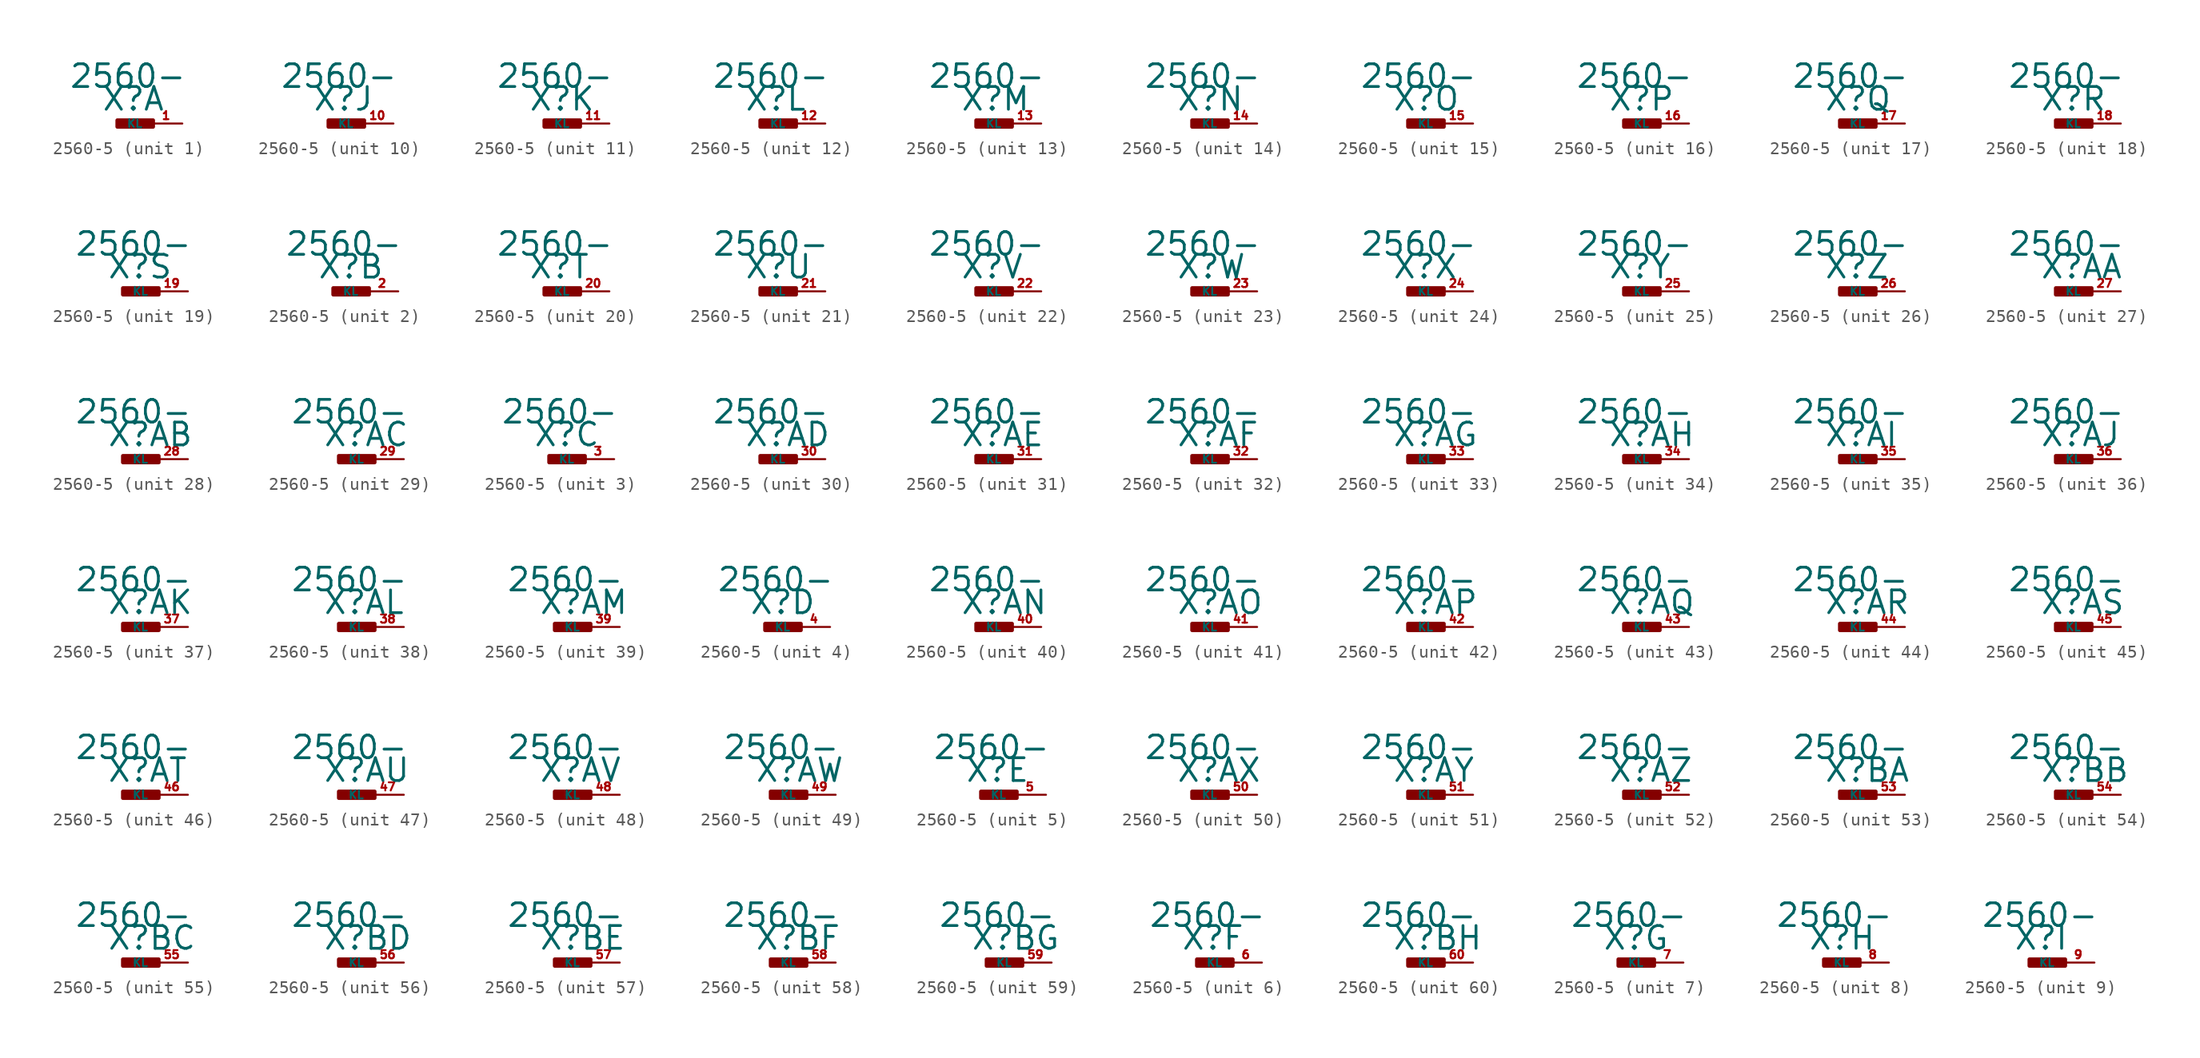
<source format=kicad_sym>
(kicad_symbol_lib
  (version 20220914)
  (generator Eagle2Kicad)
  (symbol "2560-5"
    (property "Reference" "X"
      (at -1.27 0.889 0)
      (effects (font (size 1.778 1.778) (thickness 0.22)) (justify left bottom)))
    (property "Value" "2560-"
      (at -3.81 2.667 0)
      (effects (font (size 1.778 1.778) (thickness 0.22)) (justify left bottom)))
    (symbol "2560-5_1_0"
      (rectangle (start 0 -0.254) (end 2.794 0.254) (stroke (width 0.3) (type default)) (fill (type outline)))
      (pin passive line (at 5.08 0 180) (length 2.54) (name "KL" (effects (font (size 0.635 0.635) (thickness 0.08)) (justify left bottom))) (number "1" (effects (font (size 0.635 0.635) (thickness 0.08)) (justify left bottom)))))
    (symbol "2560-5_2_0"
      (rectangle (start 0 -0.254) (end 2.794 0.254) (stroke (width 0.3) (type default)) (fill (type outline)))
      (pin passive line (at 5.08 0 180) (length 2.54) (name "KL" (effects (font (size 0.635 0.635) (thickness 0.08)) (justify left bottom))) (number "2" (effects (font (size 0.635 0.635) (thickness 0.08)) (justify left bottom)))))
    (symbol "2560-5_3_0"
      (rectangle (start 0 -0.254) (end 2.794 0.254) (stroke (width 0.3) (type default)) (fill (type outline)))
      (pin passive line (at 5.08 0 180) (length 2.54) (name "KL" (effects (font (size 0.635 0.635) (thickness 0.08)) (justify left bottom))) (number "3" (effects (font (size 0.635 0.635) (thickness 0.08)) (justify left bottom)))))
    (symbol "2560-5_4_0"
      (rectangle (start 0 -0.254) (end 2.794 0.254) (stroke (width 0.3) (type default)) (fill (type outline)))
      (pin passive line (at 5.08 0 180) (length 2.54) (name "KL" (effects (font (size 0.635 0.635) (thickness 0.08)) (justify left bottom))) (number "4" (effects (font (size 0.635 0.635) (thickness 0.08)) (justify left bottom)))))
    (symbol "2560-5_5_0"
      (rectangle (start 0 -0.254) (end 2.794 0.254) (stroke (width 0.3) (type default)) (fill (type outline)))
      (pin passive line (at 5.08 0 180) (length 2.54) (name "KL" (effects (font (size 0.635 0.635) (thickness 0.08)) (justify left bottom))) (number "5" (effects (font (size 0.635 0.635) (thickness 0.08)) (justify left bottom)))))
    (symbol "2560-5_6_0"
      (rectangle (start 0 -0.254) (end 2.794 0.254) (stroke (width 0.3) (type default)) (fill (type outline)))
      (pin passive line (at 5.08 0 180) (length 2.54) (name "KL" (effects (font (size 0.635 0.635) (thickness 0.08)) (justify left bottom))) (number "6" (effects (font (size 0.635 0.635) (thickness 0.08)) (justify left bottom)))))
    (symbol "2560-5_7_0"
      (rectangle (start 0 -0.254) (end 2.794 0.254) (stroke (width 0.3) (type default)) (fill (type outline)))
      (pin passive line (at 5.08 0 180) (length 2.54) (name "KL" (effects (font (size 0.635 0.635) (thickness 0.08)) (justify left bottom))) (number "7" (effects (font (size 0.635 0.635) (thickness 0.08)) (justify left bottom)))))
    (symbol "2560-5_8_0"
      (rectangle (start 0 -0.254) (end 2.794 0.254) (stroke (width 0.3) (type default)) (fill (type outline)))
      (pin passive line (at 5.08 0 180) (length 2.54) (name "KL" (effects (font (size 0.635 0.635) (thickness 0.08)) (justify left bottom))) (number "8" (effects (font (size 0.635 0.635) (thickness 0.08)) (justify left bottom)))))
    (symbol "2560-5_9_0"
      (rectangle (start 0 -0.254) (end 2.794 0.254) (stroke (width 0.3) (type default)) (fill (type outline)))
      (pin passive line (at 5.08 0 180) (length 2.54) (name "KL" (effects (font (size 0.635 0.635) (thickness 0.08)) (justify left bottom))) (number "9" (effects (font (size 0.635 0.635) (thickness 0.08)) (justify left bottom)))))
    (symbol "2560-5_10_0"
      (rectangle (start 0 -0.254) (end 2.794 0.254) (stroke (width 0.3) (type default)) (fill (type outline)))
      (pin passive line (at 5.08 0 180) (length 2.54) (name "KL" (effects (font (size 0.635 0.635) (thickness 0.08)) (justify left bottom))) (number "10" (effects (font (size 0.635 0.635) (thickness 0.08)) (justify left bottom)))))
    (symbol "2560-5_11_0"
      (rectangle (start 0 -0.254) (end 2.794 0.254) (stroke (width 0.3) (type default)) (fill (type outline)))
      (pin passive line (at 5.08 0 180) (length 2.54) (name "KL" (effects (font (size 0.635 0.635) (thickness 0.08)) (justify left bottom))) (number "11" (effects (font (size 0.635 0.635) (thickness 0.08)) (justify left bottom)))))
    (symbol "2560-5_12_0"
      (rectangle (start 0 -0.254) (end 2.794 0.254) (stroke (width 0.3) (type default)) (fill (type outline)))
      (pin passive line (at 5.08 0 180) (length 2.54) (name "KL" (effects (font (size 0.635 0.635) (thickness 0.08)) (justify left bottom))) (number "12" (effects (font (size 0.635 0.635) (thickness 0.08)) (justify left bottom)))))
    (symbol "2560-5_13_0"
      (rectangle (start 0 -0.254) (end 2.794 0.254) (stroke (width 0.3) (type default)) (fill (type outline)))
      (pin passive line (at 5.08 0 180) (length 2.54) (name "KL" (effects (font (size 0.635 0.635) (thickness 0.08)) (justify left bottom))) (number "13" (effects (font (size 0.635 0.635) (thickness 0.08)) (justify left bottom)))))
    (symbol "2560-5_14_0"
      (rectangle (start 0 -0.254) (end 2.794 0.254) (stroke (width 0.3) (type default)) (fill (type outline)))
      (pin passive line (at 5.08 0 180) (length 2.54) (name "KL" (effects (font (size 0.635 0.635) (thickness 0.08)) (justify left bottom))) (number "14" (effects (font (size 0.635 0.635) (thickness 0.08)) (justify left bottom)))))
    (symbol "2560-5_15_0"
      (rectangle (start 0 -0.254) (end 2.794 0.254) (stroke (width 0.3) (type default)) (fill (type outline)))
      (pin passive line (at 5.08 0 180) (length 2.54) (name "KL" (effects (font (size 0.635 0.635) (thickness 0.08)) (justify left bottom))) (number "15" (effects (font (size 0.635 0.635) (thickness 0.08)) (justify left bottom)))))
    (symbol "2560-5_16_0"
      (rectangle (start 0 -0.254) (end 2.794 0.254) (stroke (width 0.3) (type default)) (fill (type outline)))
      (pin passive line (at 5.08 0 180) (length 2.54) (name "KL" (effects (font (size 0.635 0.635) (thickness 0.08)) (justify left bottom))) (number "16" (effects (font (size 0.635 0.635) (thickness 0.08)) (justify left bottom)))))
    (symbol "2560-5_17_0"
      (rectangle (start 0 -0.254) (end 2.794 0.254) (stroke (width 0.3) (type default)) (fill (type outline)))
      (pin passive line (at 5.08 0 180) (length 2.54) (name "KL" (effects (font (size 0.635 0.635) (thickness 0.08)) (justify left bottom))) (number "17" (effects (font (size 0.635 0.635) (thickness 0.08)) (justify left bottom)))))
    (symbol "2560-5_18_0"
      (rectangle (start 0 -0.254) (end 2.794 0.254) (stroke (width 0.3) (type default)) (fill (type outline)))
      (pin passive line (at 5.08 0 180) (length 2.54) (name "KL" (effects (font (size 0.635 0.635) (thickness 0.08)) (justify left bottom))) (number "18" (effects (font (size 0.635 0.635) (thickness 0.08)) (justify left bottom)))))
    (symbol "2560-5_19_0"
      (rectangle (start 0 -0.254) (end 2.794 0.254) (stroke (width 0.3) (type default)) (fill (type outline)))
      (pin passive line (at 5.08 0 180) (length 2.54) (name "KL" (effects (font (size 0.635 0.635) (thickness 0.08)) (justify left bottom))) (number "19" (effects (font (size 0.635 0.635) (thickness 0.08)) (justify left bottom)))))
    (symbol "2560-5_20_0"
      (rectangle (start 0 -0.254) (end 2.794 0.254) (stroke (width 0.3) (type default)) (fill (type outline)))
      (pin passive line (at 5.08 0 180) (length 2.54) (name "KL" (effects (font (size 0.635 0.635) (thickness 0.08)) (justify left bottom))) (number "20" (effects (font (size 0.635 0.635) (thickness 0.08)) (justify left bottom)))))
    (symbol "2560-5_21_0"
      (rectangle (start 0 -0.254) (end 2.794 0.254) (stroke (width 0.3) (type default)) (fill (type outline)))
      (pin passive line (at 5.08 0 180) (length 2.54) (name "KL" (effects (font (size 0.635 0.635) (thickness 0.08)) (justify left bottom))) (number "21" (effects (font (size 0.635 0.635) (thickness 0.08)) (justify left bottom)))))
    (symbol "2560-5_22_0"
      (rectangle (start 0 -0.254) (end 2.794 0.254) (stroke (width 0.3) (type default)) (fill (type outline)))
      (pin passive line (at 5.08 0 180) (length 2.54) (name "KL" (effects (font (size 0.635 0.635) (thickness 0.08)) (justify left bottom))) (number "22" (effects (font (size 0.635 0.635) (thickness 0.08)) (justify left bottom)))))
    (symbol "2560-5_23_0"
      (rectangle (start 0 -0.254) (end 2.794 0.254) (stroke (width 0.3) (type default)) (fill (type outline)))
      (pin passive line (at 5.08 0 180) (length 2.54) (name "KL" (effects (font (size 0.635 0.635) (thickness 0.08)) (justify left bottom))) (number "23" (effects (font (size 0.635 0.635) (thickness 0.08)) (justify left bottom)))))
    (symbol "2560-5_24_0"
      (rectangle (start 0 -0.254) (end 2.794 0.254) (stroke (width 0.3) (type default)) (fill (type outline)))
      (pin passive line (at 5.08 0 180) (length 2.54) (name "KL" (effects (font (size 0.635 0.635) (thickness 0.08)) (justify left bottom))) (number "24" (effects (font (size 0.635 0.635) (thickness 0.08)) (justify left bottom)))))
    (symbol "2560-5_25_0"
      (rectangle (start 0 -0.254) (end 2.794 0.254) (stroke (width 0.3) (type default)) (fill (type outline)))
      (pin passive line (at 5.08 0 180) (length 2.54) (name "KL" (effects (font (size 0.635 0.635) (thickness 0.08)) (justify left bottom))) (number "25" (effects (font (size 0.635 0.635) (thickness 0.08)) (justify left bottom)))))
    (symbol "2560-5_26_0"
      (rectangle (start 0 -0.254) (end 2.794 0.254) (stroke (width 0.3) (type default)) (fill (type outline)))
      (pin passive line (at 5.08 0 180) (length 2.54) (name "KL" (effects (font (size 0.635 0.635) (thickness 0.08)) (justify left bottom))) (number "26" (effects (font (size 0.635 0.635) (thickness 0.08)) (justify left bottom)))))
    (symbol "2560-5_27_0"
      (rectangle (start 0 -0.254) (end 2.794 0.254) (stroke (width 0.3) (type default)) (fill (type outline)))
      (pin passive line (at 5.08 0 180) (length 2.54) (name "KL" (effects (font (size 0.635 0.635) (thickness 0.08)) (justify left bottom))) (number "27" (effects (font (size 0.635 0.635) (thickness 0.08)) (justify left bottom)))))
    (symbol "2560-5_28_0"
      (rectangle (start 0 -0.254) (end 2.794 0.254) (stroke (width 0.3) (type default)) (fill (type outline)))
      (pin passive line (at 5.08 0 180) (length 2.54) (name "KL" (effects (font (size 0.635 0.635) (thickness 0.08)) (justify left bottom))) (number "28" (effects (font (size 0.635 0.635) (thickness 0.08)) (justify left bottom)))))
    (symbol "2560-5_29_0"
      (rectangle (start 0 -0.254) (end 2.794 0.254) (stroke (width 0.3) (type default)) (fill (type outline)))
      (pin passive line (at 5.08 0 180) (length 2.54) (name "KL" (effects (font (size 0.635 0.635) (thickness 0.08)) (justify left bottom))) (number "29" (effects (font (size 0.635 0.635) (thickness 0.08)) (justify left bottom)))))
    (symbol "2560-5_30_0"
      (rectangle (start 0 -0.254) (end 2.794 0.254) (stroke (width 0.3) (type default)) (fill (type outline)))
      (pin passive line (at 5.08 0 180) (length 2.54) (name "KL" (effects (font (size 0.635 0.635) (thickness 0.08)) (justify left bottom))) (number "30" (effects (font (size 0.635 0.635) (thickness 0.08)) (justify left bottom)))))
    (symbol "2560-5_31_0"
      (rectangle (start 0 -0.254) (end 2.794 0.254) (stroke (width 0.3) (type default)) (fill (type outline)))
      (pin passive line (at 5.08 0 180) (length 2.54) (name "KL" (effects (font (size 0.635 0.635) (thickness 0.08)) (justify left bottom))) (number "31" (effects (font (size 0.635 0.635) (thickness 0.08)) (justify left bottom)))))
    (symbol "2560-5_32_0"
      (rectangle (start 0 -0.254) (end 2.794 0.254) (stroke (width 0.3) (type default)) (fill (type outline)))
      (pin passive line (at 5.08 0 180) (length 2.54) (name "KL" (effects (font (size 0.635 0.635) (thickness 0.08)) (justify left bottom))) (number "32" (effects (font (size 0.635 0.635) (thickness 0.08)) (justify left bottom)))))
    (symbol "2560-5_33_0"
      (rectangle (start 0 -0.254) (end 2.794 0.254) (stroke (width 0.3) (type default)) (fill (type outline)))
      (pin passive line (at 5.08 0 180) (length 2.54) (name "KL" (effects (font (size 0.635 0.635) (thickness 0.08)) (justify left bottom))) (number "33" (effects (font (size 0.635 0.635) (thickness 0.08)) (justify left bottom)))))
    (symbol "2560-5_34_0"
      (rectangle (start 0 -0.254) (end 2.794 0.254) (stroke (width 0.3) (type default)) (fill (type outline)))
      (pin passive line (at 5.08 0 180) (length 2.54) (name "KL" (effects (font (size 0.635 0.635) (thickness 0.08)) (justify left bottom))) (number "34" (effects (font (size 0.635 0.635) (thickness 0.08)) (justify left bottom)))))
    (symbol "2560-5_35_0"
      (rectangle (start 0 -0.254) (end 2.794 0.254) (stroke (width 0.3) (type default)) (fill (type outline)))
      (pin passive line (at 5.08 0 180) (length 2.54) (name "KL" (effects (font (size 0.635 0.635) (thickness 0.08)) (justify left bottom))) (number "35" (effects (font (size 0.635 0.635) (thickness 0.08)) (justify left bottom)))))
    (symbol "2560-5_36_0"
      (rectangle (start 0 -0.254) (end 2.794 0.254) (stroke (width 0.3) (type default)) (fill (type outline)))
      (pin passive line (at 5.08 0 180) (length 2.54) (name "KL" (effects (font (size 0.635 0.635) (thickness 0.08)) (justify left bottom))) (number "36" (effects (font (size 0.635 0.635) (thickness 0.08)) (justify left bottom)))))
    (symbol "2560-5_37_0"
      (rectangle (start 0 -0.254) (end 2.794 0.254) (stroke (width 0.3) (type default)) (fill (type outline)))
      (pin passive line (at 5.08 0 180) (length 2.54) (name "KL" (effects (font (size 0.635 0.635) (thickness 0.08)) (justify left bottom))) (number "37" (effects (font (size 0.635 0.635) (thickness 0.08)) (justify left bottom)))))
    (symbol "2560-5_38_0"
      (rectangle (start 0 -0.254) (end 2.794 0.254) (stroke (width 0.3) (type default)) (fill (type outline)))
      (pin passive line (at 5.08 0 180) (length 2.54) (name "KL" (effects (font (size 0.635 0.635) (thickness 0.08)) (justify left bottom))) (number "38" (effects (font (size 0.635 0.635) (thickness 0.08)) (justify left bottom)))))
    (symbol "2560-5_39_0"
      (rectangle (start 0 -0.254) (end 2.794 0.254) (stroke (width 0.3) (type default)) (fill (type outline)))
      (pin passive line (at 5.08 0 180) (length 2.54) (name "KL" (effects (font (size 0.635 0.635) (thickness 0.08)) (justify left bottom))) (number "39" (effects (font (size 0.635 0.635) (thickness 0.08)) (justify left bottom)))))
    (symbol "2560-5_40_0"
      (rectangle (start 0 -0.254) (end 2.794 0.254) (stroke (width 0.3) (type default)) (fill (type outline)))
      (pin passive line (at 5.08 0 180) (length 2.54) (name "KL" (effects (font (size 0.635 0.635) (thickness 0.08)) (justify left bottom))) (number "40" (effects (font (size 0.635 0.635) (thickness 0.08)) (justify left bottom)))))
    (symbol "2560-5_41_0"
      (rectangle (start 0 -0.254) (end 2.794 0.254) (stroke (width 0.3) (type default)) (fill (type outline)))
      (pin passive line (at 5.08 0 180) (length 2.54) (name "KL" (effects (font (size 0.635 0.635) (thickness 0.08)) (justify left bottom))) (number "41" (effects (font (size 0.635 0.635) (thickness 0.08)) (justify left bottom)))))
    (symbol "2560-5_42_0"
      (rectangle (start 0 -0.254) (end 2.794 0.254) (stroke (width 0.3) (type default)) (fill (type outline)))
      (pin passive line (at 5.08 0 180) (length 2.54) (name "KL" (effects (font (size 0.635 0.635) (thickness 0.08)) (justify left bottom))) (number "42" (effects (font (size 0.635 0.635) (thickness 0.08)) (justify left bottom)))))
    (symbol "2560-5_43_0"
      (rectangle (start 0 -0.254) (end 2.794 0.254) (stroke (width 0.3) (type default)) (fill (type outline)))
      (pin passive line (at 5.08 0 180) (length 2.54) (name "KL" (effects (font (size 0.635 0.635) (thickness 0.08)) (justify left bottom))) (number "43" (effects (font (size 0.635 0.635) (thickness 0.08)) (justify left bottom)))))
    (symbol "2560-5_44_0"
      (rectangle (start 0 -0.254) (end 2.794 0.254) (stroke (width 0.3) (type default)) (fill (type outline)))
      (pin passive line (at 5.08 0 180) (length 2.54) (name "KL" (effects (font (size 0.635 0.635) (thickness 0.08)) (justify left bottom))) (number "44" (effects (font (size 0.635 0.635) (thickness 0.08)) (justify left bottom)))))
    (symbol "2560-5_45_0"
      (rectangle (start 0 -0.254) (end 2.794 0.254) (stroke (width 0.3) (type default)) (fill (type outline)))
      (pin passive line (at 5.08 0 180) (length 2.54) (name "KL" (effects (font (size 0.635 0.635) (thickness 0.08)) (justify left bottom))) (number "45" (effects (font (size 0.635 0.635) (thickness 0.08)) (justify left bottom)))))
    (symbol "2560-5_46_0"
      (rectangle (start 0 -0.254) (end 2.794 0.254) (stroke (width 0.3) (type default)) (fill (type outline)))
      (pin passive line (at 5.08 0 180) (length 2.54) (name "KL" (effects (font (size 0.635 0.635) (thickness 0.08)) (justify left bottom))) (number "46" (effects (font (size 0.635 0.635) (thickness 0.08)) (justify left bottom)))))
    (symbol "2560-5_47_0"
      (rectangle (start 0 -0.254) (end 2.794 0.254) (stroke (width 0.3) (type default)) (fill (type outline)))
      (pin passive line (at 5.08 0 180) (length 2.54) (name "KL" (effects (font (size 0.635 0.635) (thickness 0.08)) (justify left bottom))) (number "47" (effects (font (size 0.635 0.635) (thickness 0.08)) (justify left bottom)))))
    (symbol "2560-5_48_0"
      (rectangle (start 0 -0.254) (end 2.794 0.254) (stroke (width 0.3) (type default)) (fill (type outline)))
      (pin passive line (at 5.08 0 180) (length 2.54) (name "KL" (effects (font (size 0.635 0.635) (thickness 0.08)) (justify left bottom))) (number "48" (effects (font (size 0.635 0.635) (thickness 0.08)) (justify left bottom)))))
    (symbol "2560-5_49_0"
      (rectangle (start 0 -0.254) (end 2.794 0.254) (stroke (width 0.3) (type default)) (fill (type outline)))
      (pin passive line (at 5.08 0 180) (length 2.54) (name "KL" (effects (font (size 0.635 0.635) (thickness 0.08)) (justify left bottom))) (number "49" (effects (font (size 0.635 0.635) (thickness 0.08)) (justify left bottom)))))
    (symbol "2560-5_50_0"
      (rectangle (start 0 -0.254) (end 2.794 0.254) (stroke (width 0.3) (type default)) (fill (type outline)))
      (pin passive line (at 5.08 0 180) (length 2.54) (name "KL" (effects (font (size 0.635 0.635) (thickness 0.08)) (justify left bottom))) (number "50" (effects (font (size 0.635 0.635) (thickness 0.08)) (justify left bottom)))))
    (symbol "2560-5_51_0"
      (rectangle (start 0 -0.254) (end 2.794 0.254) (stroke (width 0.3) (type default)) (fill (type outline)))
      (pin passive line (at 5.08 0 180) (length 2.54) (name "KL" (effects (font (size 0.635 0.635) (thickness 0.08)) (justify left bottom))) (number "51" (effects (font (size 0.635 0.635) (thickness 0.08)) (justify left bottom)))))
    (symbol "2560-5_52_0"
      (rectangle (start 0 -0.254) (end 2.794 0.254) (stroke (width 0.3) (type default)) (fill (type outline)))
      (pin passive line (at 5.08 0 180) (length 2.54) (name "KL" (effects (font (size 0.635 0.635) (thickness 0.08)) (justify left bottom))) (number "52" (effects (font (size 0.635 0.635) (thickness 0.08)) (justify left bottom)))))
    (symbol "2560-5_53_0"
      (rectangle (start 0 -0.254) (end 2.794 0.254) (stroke (width 0.3) (type default)) (fill (type outline)))
      (pin passive line (at 5.08 0 180) (length 2.54) (name "KL" (effects (font (size 0.635 0.635) (thickness 0.08)) (justify left bottom))) (number "53" (effects (font (size 0.635 0.635) (thickness 0.08)) (justify left bottom)))))
    (symbol "2560-5_54_0"
      (rectangle (start 0 -0.254) (end 2.794 0.254) (stroke (width 0.3) (type default)) (fill (type outline)))
      (pin passive line (at 5.08 0 180) (length 2.54) (name "KL" (effects (font (size 0.635 0.635) (thickness 0.08)) (justify left bottom))) (number "54" (effects (font (size 0.635 0.635) (thickness 0.08)) (justify left bottom)))))
    (symbol "2560-5_55_0"
      (rectangle (start 0 -0.254) (end 2.794 0.254) (stroke (width 0.3) (type default)) (fill (type outline)))
      (pin passive line (at 5.08 0 180) (length 2.54) (name "KL" (effects (font (size 0.635 0.635) (thickness 0.08)) (justify left bottom))) (number "55" (effects (font (size 0.635 0.635) (thickness 0.08)) (justify left bottom)))))
    (symbol "2560-5_56_0"
      (rectangle (start 0 -0.254) (end 2.794 0.254) (stroke (width 0.3) (type default)) (fill (type outline)))
      (pin passive line (at 5.08 0 180) (length 2.54) (name "KL" (effects (font (size 0.635 0.635) (thickness 0.08)) (justify left bottom))) (number "56" (effects (font (size 0.635 0.635) (thickness 0.08)) (justify left bottom)))))
    (symbol "2560-5_57_0"
      (rectangle (start 0 -0.254) (end 2.794 0.254) (stroke (width 0.3) (type default)) (fill (type outline)))
      (pin passive line (at 5.08 0 180) (length 2.54) (name "KL" (effects (font (size 0.635 0.635) (thickness 0.08)) (justify left bottom))) (number "57" (effects (font (size 0.635 0.635) (thickness 0.08)) (justify left bottom)))))
    (symbol "2560-5_58_0"
      (rectangle (start 0 -0.254) (end 2.794 0.254) (stroke (width 0.3) (type default)) (fill (type outline)))
      (pin passive line (at 5.08 0 180) (length 2.54) (name "KL" (effects (font (size 0.635 0.635) (thickness 0.08)) (justify left bottom))) (number "58" (effects (font (size 0.635 0.635) (thickness 0.08)) (justify left bottom)))))
    (symbol "2560-5_59_0"
      (rectangle (start 0 -0.254) (end 2.794 0.254) (stroke (width 0.3) (type default)) (fill (type outline)))
      (pin passive line (at 5.08 0 180) (length 2.54) (name "KL" (effects (font (size 0.635 0.635) (thickness 0.08)) (justify left bottom))) (number "59" (effects (font (size 0.635 0.635) (thickness 0.08)) (justify left bottom)))))
    (symbol "2560-5_60_0"
      (rectangle (start 0 -0.254) (end 2.794 0.254) (stroke (width 0.3) (type default)) (fill (type outline)))
      (pin passive line (at 5.08 0 180) (length 2.54) (name "KL" (effects (font (size 0.635 0.635) (thickness 0.08)) (justify left bottom))) (number "60" (effects (font (size 0.635 0.635) (thickness 0.08)) (justify left bottom)))))))
</source>
